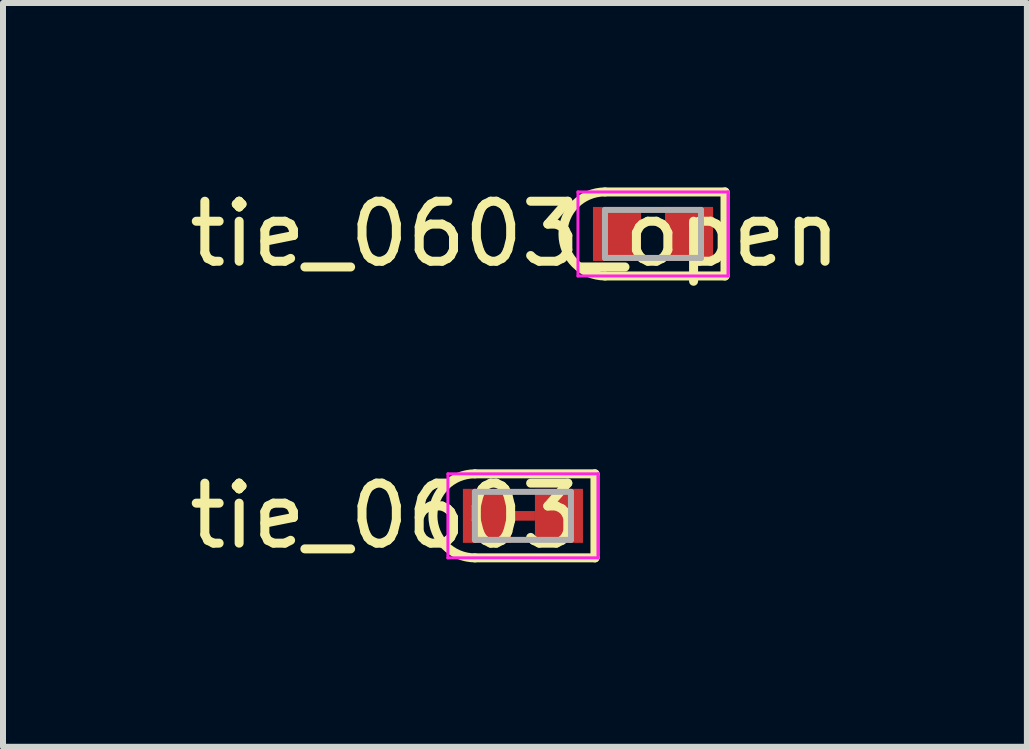
<source format=kicad_pcb>
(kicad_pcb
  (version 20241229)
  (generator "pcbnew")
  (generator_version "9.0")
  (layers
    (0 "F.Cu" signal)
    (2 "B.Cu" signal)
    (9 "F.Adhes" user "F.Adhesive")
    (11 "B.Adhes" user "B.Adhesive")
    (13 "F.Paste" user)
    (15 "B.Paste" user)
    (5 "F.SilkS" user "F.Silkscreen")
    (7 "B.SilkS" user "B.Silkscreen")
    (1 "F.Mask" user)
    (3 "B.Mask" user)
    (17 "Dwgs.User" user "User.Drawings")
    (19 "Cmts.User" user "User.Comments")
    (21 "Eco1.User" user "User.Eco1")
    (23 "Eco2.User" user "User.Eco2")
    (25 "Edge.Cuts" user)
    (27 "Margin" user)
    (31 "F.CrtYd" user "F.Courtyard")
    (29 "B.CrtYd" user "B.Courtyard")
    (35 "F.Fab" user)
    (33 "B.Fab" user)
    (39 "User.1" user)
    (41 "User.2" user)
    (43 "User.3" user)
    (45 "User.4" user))
  (footprint "tie_0603"
    (layer "F.Cu")
    (at 5.663 5.545)
    (property "Reference" "tie_0603" (at -2.3 0 0) (layer "F.SilkS") (effects (font (size 1 1) (thickness 0.15))))
    (attr smd)
    (fp_line (start -0.3 0) (end 0.3 0) (stroke (width 0.4) (type solid)) (layer "F.Mask"))
    (fp_line (start -0.8 -0.7) (end 1.2 -0.7) (stroke (width 0.15) (type solid)) (layer "F.SilkS"))
    (fp_line (start 1.2 -0.7) (end 1.2 0.7) (stroke (width 0.15) (type solid)) (layer "F.SilkS"))
    (fp_line (start 1.2 0.7) (end -0.8 0.7) (stroke (width 0.15) (type solid)) (layer "F.SilkS"))
    (fp_arc (start -0.8 0.7) (mid -1.5 0) (end -0.8 -0.7) (stroke (width 0.15) (type solid)) (layer "F.SilkS"))
    (fp_line (start -1.25 -0.7) (end -1.25 0.7) (stroke (width 0.05) (type solid)) (layer "F.CrtYd"))
    (fp_line (start -1.25 -0.7) (end 1.25 -0.7) (stroke (width 0.05) (type solid)) (layer "F.CrtYd"))
    (fp_line (start 1.25 0.7) (end -1.25 0.7) (stroke (width 0.05) (type solid)) (layer "F.CrtYd"))
    (fp_line (start 1.25 0.7) (end 1.25 -0.7) (stroke (width 0.05) (type solid)) (layer "F.CrtYd"))
    (fp_line (start -0.8 -0.4) (end 0.8 -0.4) (stroke (width 0.1) (type solid)) (layer "F.Fab"))
    (fp_line (start -0.8 0.4) (end -0.8 -0.4) (stroke (width 0.1) (type solid)) (layer "F.Fab"))
    (fp_line (start 0.8 -0.4) (end 0.8 0.4) (stroke (width 0.1) (type solid)) (layer "F.Fab"))
    (fp_line (start 0.8 0.4) (end -0.8 0.4) (stroke (width 0.1) (type solid)) (layer "F.Fab"))
    (pad "" smd rect (at 0 0) (size 0.4 0.16) (layers "F.Cu" "F.Mask" "F.Paste"))
    (pad "1" smd rect (at -0.6 0) (size 0.8 0.9) (layers "F.Cu" "F.Mask" "F.Paste"))
    (pad "2" smd rect (at 0.6 0) (size 0.8 0.9) (layers "F.Cu" "F.Mask" "F.Paste")))
  (footprint "tie_0603_open"
    (layer "F.Cu")
    (at 7.83 0.848)
    (property "Reference" "tie_0603_open" (at -2.3 0 0) (layer "F.SilkS") (effects (font (size 1 1) (thickness 0.15))))
    (attr smd)
    (fp_line (start -0.3 0) (end 0.3 0) (stroke (width 0.4) (type solid)) (layer "F.Mask"))
    (fp_line (start -0.8 -0.7) (end 1.2 -0.7) (stroke (width 0.15) (type solid)) (layer "F.SilkS"))
    (fp_line (start 1.2 -0.7) (end 1.2 0.7) (stroke (width 0.15) (type solid)) (layer "F.SilkS"))
    (fp_line (start 1.2 0.7) (end -0.8 0.7) (stroke (width 0.15) (type solid)) (layer "F.SilkS"))
    (fp_arc (start -0.8 0.7) (mid -1.5 0) (end -0.8 -0.7) (stroke (width 0.15) (type solid)) (layer "F.SilkS"))
    (fp_line (start -1.25 -0.7) (end -1.25 0.7) (stroke (width 0.05) (type solid)) (layer "F.CrtYd"))
    (fp_line (start -1.25 -0.7) (end 1.25 -0.7) (stroke (width 0.05) (type solid)) (layer "F.CrtYd"))
    (fp_line (start 1.25 0.7) (end -1.25 0.7) (stroke (width 0.05) (type solid)) (layer "F.CrtYd"))
    (fp_line (start 1.25 0.7) (end 1.25 -0.7) (stroke (width 0.05) (type solid)) (layer "F.CrtYd"))
    (fp_line (start -0.8 -0.4) (end 0.8 -0.4) (stroke (width 0.1) (type solid)) (layer "F.Fab"))
    (fp_line (start -0.8 0.4) (end -0.8 -0.4) (stroke (width 0.1) (type solid)) (layer "F.Fab"))
    (fp_line (start 0.8 -0.4) (end 0.8 0.4) (stroke (width 0.1) (type solid)) (layer "F.Fab"))
    (fp_line (start 0.8 0.4) (end -0.8 0.4) (stroke (width 0.1) (type solid)) (layer "F.Fab"))
    (pad "1" smd rect (at -0.6 0) (size 0.8 0.9) (layers "F.Cu" "F.Mask" "F.Paste"))
    (pad "2" smd rect (at 0.6 0) (size 0.8 0.9) (layers "F.Cu" "F.Mask" "F.Paste")))
  (gr_rect
    (start -3 -3)
    (end 14.06 9.393)
    (stroke (width 0.1) (type default))
    (fill no)
    (layer "Edge.Cuts")))
</source>
